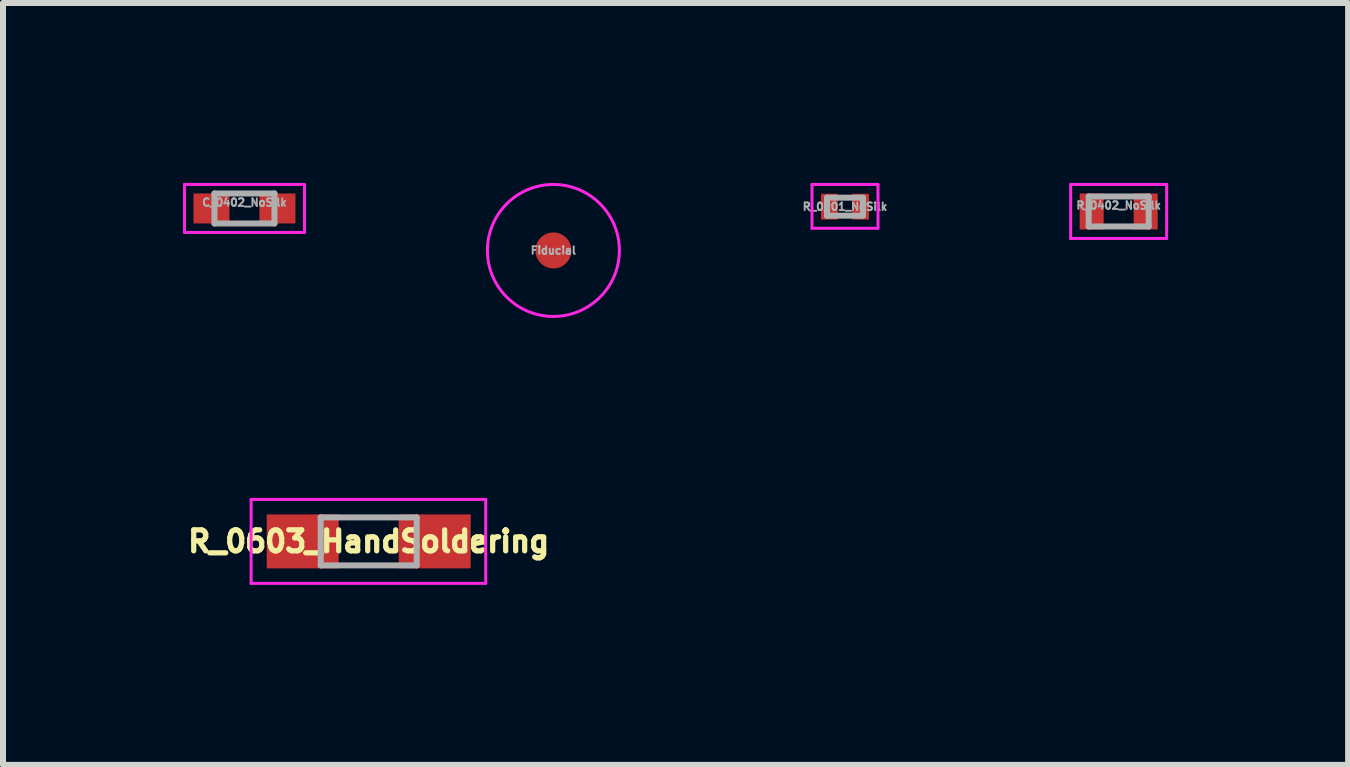
<source format=kicad_pcb>
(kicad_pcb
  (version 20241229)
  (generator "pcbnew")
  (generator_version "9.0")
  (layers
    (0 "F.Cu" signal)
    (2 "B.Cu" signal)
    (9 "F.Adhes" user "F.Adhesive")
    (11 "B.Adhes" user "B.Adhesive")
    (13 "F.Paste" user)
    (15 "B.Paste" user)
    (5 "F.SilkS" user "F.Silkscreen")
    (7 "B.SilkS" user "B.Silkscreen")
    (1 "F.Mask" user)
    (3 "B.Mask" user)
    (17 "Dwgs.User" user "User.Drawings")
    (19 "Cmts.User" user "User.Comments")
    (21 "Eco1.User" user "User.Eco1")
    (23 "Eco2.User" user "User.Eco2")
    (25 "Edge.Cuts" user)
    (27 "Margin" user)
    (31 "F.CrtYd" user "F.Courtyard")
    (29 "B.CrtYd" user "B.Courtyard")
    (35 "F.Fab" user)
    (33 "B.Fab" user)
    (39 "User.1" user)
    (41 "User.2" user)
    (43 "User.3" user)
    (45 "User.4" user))
  (footprint "R_0402_NoSilk"
    (layer "F.Cu")
    (at 15.598 0.475)
    (property "Reference" "R_0402_NoSilk" (at 0 -0.1 0) (layer "F.Fab") (effects (font (size 0.127 0.127) (thickness 0.032))))
    (attr smd)
    (fp_line (start -0.8 -0.45) (end -0.8 0.45) (stroke (width 0.05) (type solid)) (layer "F.CrtYd"))
    (fp_line (start -0.8 -0.45) (end 0.8 -0.45) (stroke (width 0.05) (type solid)) (layer "F.CrtYd"))
    (fp_line (start 0.8 0.45) (end -0.8 0.45) (stroke (width 0.05) (type solid)) (layer "F.CrtYd"))
    (fp_line (start 0.8 0.45) (end 0.8 -0.45) (stroke (width 0.05) (type solid)) (layer "F.CrtYd"))
    (fp_line (start -0.5 -0.25) (end 0.5 -0.25) (stroke (width 0.1) (type solid)) (layer "F.Fab"))
    (fp_line (start -0.5 0.25) (end -0.5 -0.25) (stroke (width 0.1) (type solid)) (layer "F.Fab"))
    (fp_line (start 0.5 -0.25) (end 0.5 0.25) (stroke (width 0.1) (type solid)) (layer "F.Fab"))
    (fp_line (start 0.5 0.25) (end -0.5 0.25) (stroke (width 0.1) (type solid)) (layer "F.Fab"))
    (pad "1" smd rect (at -0.45 0) (size 0.4 0.6) (layers "F.Cu" "F.Mask" "F.Paste"))
    (pad "2" smd rect (at 0.45 0) (size 0.4 0.6) (layers "F.Cu" "F.Mask" "F.Paste")))
  (footprint "Fiducial"
    (layer "F.Cu")
    (at 6.175 1.125)
    (property "Reference" "Fiducial" (at 0 0 0) (layer "F.Fab") (effects (font (size 0.127 0.127) (thickness 0.032))))
    (attr exclude_from_pos_files exclude_from_bom)
    (fp_circle (center 0 0) (end 1.1 0) (stroke (width 0.05) (type solid)) (fill no) (layer "F.CrtYd"))
    (pad "~" smd circle (at 0 0) (size 0.6 0.6) (layers "F.Cu" "F.Mask")))
  (footprint "R_0603_HandSoldering"
    (layer "F.Cu")
    (at 3.096 5.975)
    (property "Reference" "R_0603_HandSoldering" (at 0 0 0) (layer "F.SilkS") (effects (font (size 0.35 0.35) (thickness 0.087))))
    (attr smd)
    (fp_line (start -1.96 -0.7) (end -1.96 0.7) (stroke (width 0.05) (type solid)) (layer "F.CrtYd"))
    (fp_line (start -1.96 -0.7) (end 1.95 -0.7) (stroke (width 0.05) (type solid)) (layer "F.CrtYd"))
    (fp_line (start 1.95 0.7) (end -1.96 0.7) (stroke (width 0.05) (type solid)) (layer "F.CrtYd"))
    (fp_line (start 1.95 0.7) (end 1.95 -0.7) (stroke (width 0.05) (type solid)) (layer "F.CrtYd"))
    (fp_line (start -0.8 -0.4) (end 0.8 -0.4) (stroke (width 0.1) (type solid)) (layer "F.Fab"))
    (fp_line (start -0.8 0.4) (end -0.8 -0.4) (stroke (width 0.1) (type solid)) (layer "F.Fab"))
    (fp_line (start 0.8 -0.4) (end 0.8 0.4) (stroke (width 0.1) (type solid)) (layer "F.Fab"))
    (fp_line (start 0.8 0.4) (end -0.8 0.4) (stroke (width 0.1) (type solid)) (layer "F.Fab"))
    (pad "1" smd rect (at -1.1 0) (size 1.2 0.9) (layers "F.Cu" "F.Mask" "F.Paste"))
    (pad "2" smd rect (at 1.1 0) (size 1.2 0.9) (layers "F.Cu" "F.Mask" "F.Paste")))
  (footprint "R_0201_NoSilk"
    (layer "F.Cu")
    (at 11.036 0.395)
    (property "Reference" "R_0201_NoSilk" (at 0 0 0) (layer "F.Fab") (effects (font (size 0.127 0.127) (thickness 0.032))))
    (attr smd)
    (fp_line (start -0.55 -0.37) (end -0.55 0.36) (stroke (width 0.05) (type solid)) (layer "F.CrtYd"))
    (fp_line (start -0.55 -0.37) (end 0.55 -0.37) (stroke (width 0.05) (type solid)) (layer "F.CrtYd"))
    (fp_line (start 0.55 0.36) (end -0.55 0.36) (stroke (width 0.05) (type solid)) (layer "F.CrtYd"))
    (fp_line (start 0.55 0.36) (end 0.55 -0.37) (stroke (width 0.05) (type solid)) (layer "F.CrtYd"))
    (fp_line (start -0.3 -0.15) (end 0.3 -0.15) (stroke (width 0.1) (type solid)) (layer "F.Fab"))
    (fp_line (start -0.3 0.15) (end -0.3 -0.15) (stroke (width 0.1) (type solid)) (layer "F.Fab"))
    (fp_line (start 0.3 -0.15) (end 0.3 0.15) (stroke (width 0.1) (type solid)) (layer "F.Fab"))
    (fp_line (start 0.3 0.15) (end -0.3 0.15) (stroke (width 0.1) (type solid)) (layer "F.Fab"))
    (pad "1" smd rect (at -0.26 0) (size 0.28 0.43) (layers "F.Cu" "F.Mask" "F.Paste"))
    (pad "2" smd rect (at 0.26 0) (size 0.28 0.43) (layers "F.Cu" "F.Mask" "F.Paste")))
  (footprint "C_0402_NoSilk"
    (layer "F.Cu")
    (at 1.025 0.425)
    (property "Reference" "C_0402_NoSilk" (at 0 -0.1 0) (layer "F.Fab") (effects (font (size 0.127 0.127) (thickness 0.032))))
    (attr smd)
    (fp_line (start -1 -0.4) (end -1 0.4) (stroke (width 0.05) (type solid)) (layer "F.CrtYd"))
    (fp_line (start -1 -0.4) (end 1 -0.4) (stroke (width 0.05) (type solid)) (layer "F.CrtYd"))
    (fp_line (start 1 0.4) (end -1 0.4) (stroke (width 0.05) (type solid)) (layer "F.CrtYd"))
    (fp_line (start 1 0.4) (end 1 -0.4) (stroke (width 0.05) (type solid)) (layer "F.CrtYd"))
    (fp_line (start -0.5 -0.25) (end 0.5 -0.25) (stroke (width 0.1) (type solid)) (layer "F.Fab"))
    (fp_line (start -0.5 0.25) (end -0.5 -0.25) (stroke (width 0.1) (type solid)) (layer "F.Fab"))
    (fp_line (start 0.5 -0.25) (end 0.5 0.25) (stroke (width 0.1) (type solid)) (layer "F.Fab"))
    (fp_line (start 0.5 0.25) (end -0.5 0.25) (stroke (width 0.1) (type solid)) (layer "F.Fab"))
    (pad "1" smd rect (at -0.55 0) (size 0.6 0.5) (layers "F.Cu" "F.Mask" "F.Paste"))
    (pad "2" smd rect (at 0.55 0) (size 0.6 0.5) (layers "F.Cu" "F.Mask" "F.Paste")))
  (gr_rect
    (start -3 -3)
    (end 19.423 9.7)
    (stroke (width 0.1) (type default))
    (fill no)
    (layer "Edge.Cuts")))
</source>
